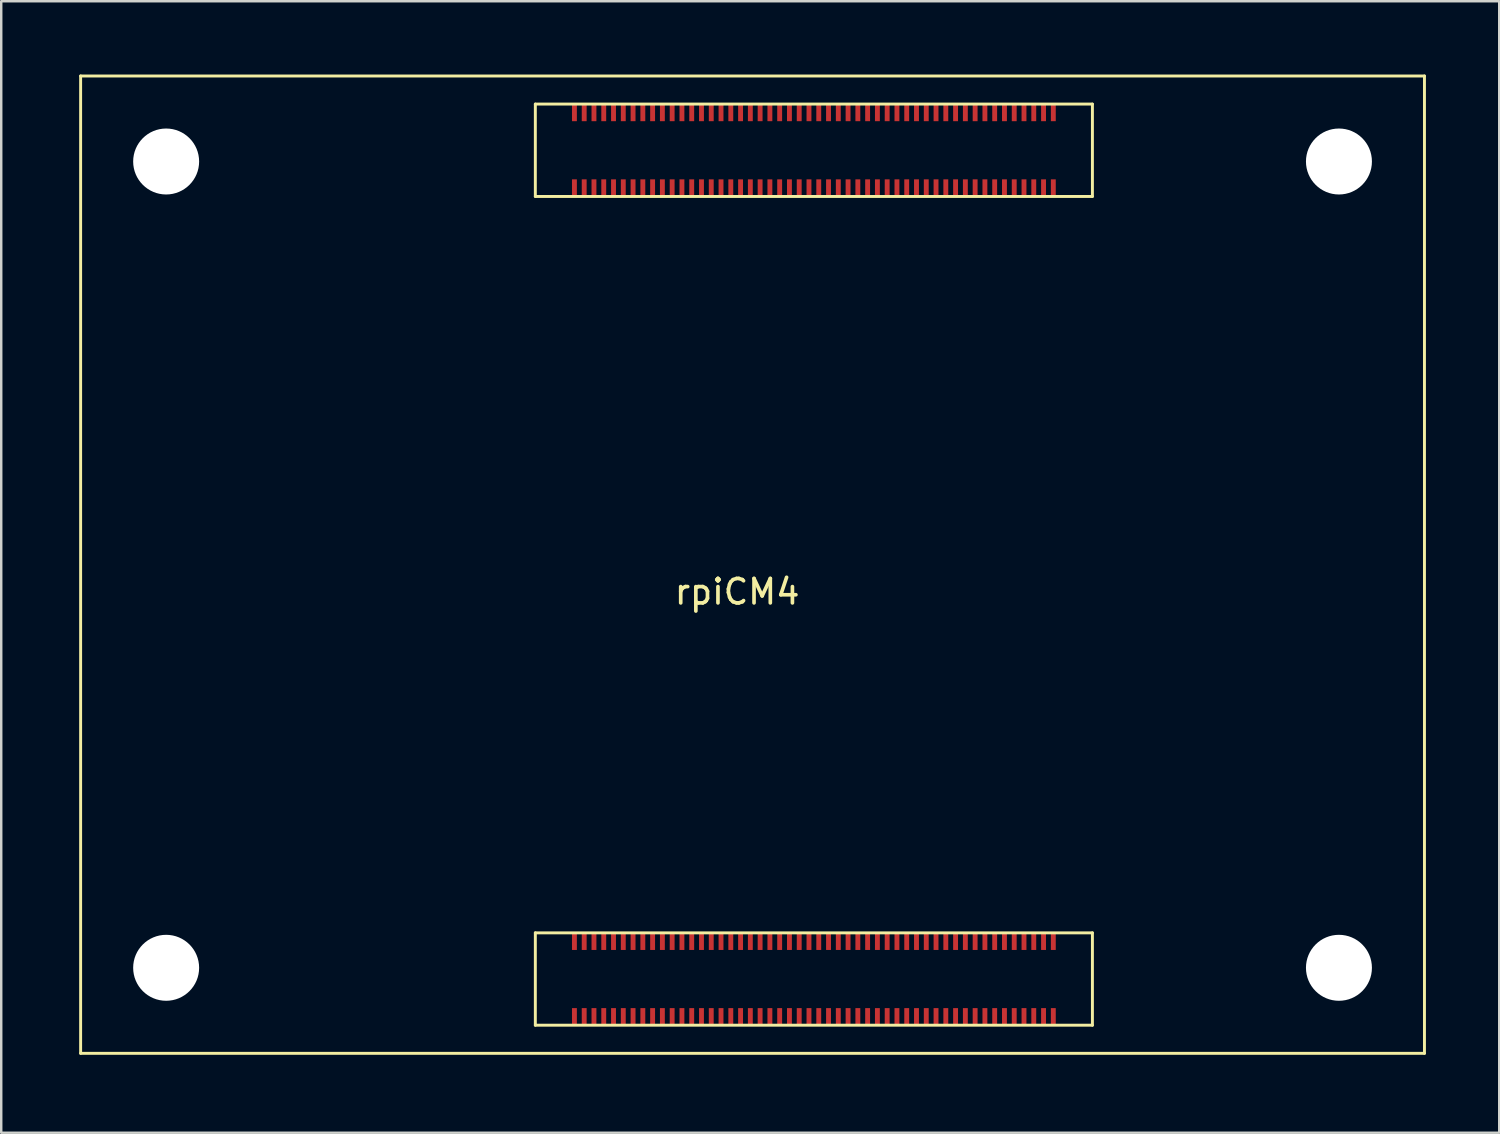
<source format=kicad_pcb>
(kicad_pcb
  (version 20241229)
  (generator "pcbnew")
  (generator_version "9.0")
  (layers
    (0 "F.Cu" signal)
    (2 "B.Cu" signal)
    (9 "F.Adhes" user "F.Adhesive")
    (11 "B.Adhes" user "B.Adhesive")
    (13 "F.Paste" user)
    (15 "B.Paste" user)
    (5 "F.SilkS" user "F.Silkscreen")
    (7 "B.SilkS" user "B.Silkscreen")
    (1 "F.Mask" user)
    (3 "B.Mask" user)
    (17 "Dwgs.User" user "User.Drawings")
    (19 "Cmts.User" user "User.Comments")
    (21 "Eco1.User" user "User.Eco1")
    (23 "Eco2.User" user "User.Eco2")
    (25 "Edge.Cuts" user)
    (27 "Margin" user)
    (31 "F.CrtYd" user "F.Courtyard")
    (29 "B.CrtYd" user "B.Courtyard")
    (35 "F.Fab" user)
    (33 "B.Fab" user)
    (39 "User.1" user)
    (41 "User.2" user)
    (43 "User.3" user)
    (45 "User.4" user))
  (footprint "rpiCM4"
    (layer "F.Cu")
    (at 0.25 40.06)
    (property "Reference" "rpiCM4" (at 26.87 -18.89 0) (layer "F.SilkS") (effects (font (size 1 1) (thickness 0.15))))
    (attr smd)
    (fp_line (start 0 -40) (end 0 0) (stroke (width 0.12) (type solid)) (layer "F.SilkS"))
    (fp_line (start 0 -40) (end 55 -40) (stroke (width 0.12) (type solid)) (layer "F.SilkS"))
    (fp_line (start 0 0) (end 55 0) (stroke (width 0.12) (type solid)) (layer "F.SilkS"))
    (fp_line (start 18.61 -38.85) (end 18.61 -35.07) (stroke (width 0.12) (type solid)) (layer "F.SilkS"))
    (fp_line (start 18.61 -38.85) (end 41.41 -38.85) (stroke (width 0.12) (type solid)) (layer "F.SilkS"))
    (fp_line (start 18.61 -35.07) (end 41.41 -35.07) (stroke (width 0.12) (type solid)) (layer "F.SilkS"))
    (fp_line (start 18.61 -4.93) (end 18.61 -1.15) (stroke (width 0.12) (type solid)) (layer "F.SilkS"))
    (fp_line (start 18.61 -4.93) (end 41.41 -4.93) (stroke (width 0.12) (type solid)) (layer "F.SilkS"))
    (fp_line (start 18.61 -1.15) (end 41.41 -1.15) (stroke (width 0.12) (type solid)) (layer "F.SilkS"))
    (fp_line (start 41.41 -38.85) (end 41.41 -35.07) (stroke (width 0.12) (type solid)) (layer "F.SilkS"))
    (fp_line (start 41.41 -4.93) (end 41.41 -1.15) (stroke (width 0.12) (type solid)) (layer "F.SilkS"))
    (fp_line (start 55 -40) (end 55 0) (stroke (width 0.12) (type solid)) (layer "F.SilkS"))
    (pad "" np_thru_hole circle (at 3.5 -36.5 90) (size 2.7 2.7) (drill 2.7) (layers "*.Cu" "*.Paste" "*.Mask"))
    (pad "" np_thru_hole circle (at 3.5 -3.5 90) (size 2.7 2.7) (drill 2.7) (layers "*.Cu" "*.Paste" "*.Mask"))
    (pad "" np_thru_hole circle (at 51.5 -36.5 90) (size 2.7 2.7) (drill 2.7) (layers "*.Cu" "*.Paste" "*.Mask"))
    (pad "" np_thru_hole circle (at 51.5 -3.5 90) (size 2.7 2.7) (drill 2.7) (layers "*.Cu" "*.Paste" "*.Mask"))
    (pad "1" smd rect (at 20.21 -1.5) (size 0.2 0.7) (layers "F.Cu" "F.Mask" "F.Paste"))
    (pad "2" smd rect (at 20.21 -4.58) (size 0.2 0.7) (layers "F.Cu" "F.Mask" "F.Paste"))
    (pad "3" smd rect (at 20.61 -1.5) (size 0.2 0.7) (layers "F.Cu" "F.Mask" "F.Paste"))
    (pad "4" smd rect (at 20.61 -4.58) (size 0.2 0.7) (layers "F.Cu" "F.Mask" "F.Paste"))
    (pad "5" smd rect (at 21.01 -1.5) (size 0.2 0.7) (layers "F.Cu" "F.Mask" "F.Paste"))
    (pad "6" smd rect (at 21.01 -4.58) (size 0.2 0.7) (layers "F.Cu" "F.Mask" "F.Paste"))
    (pad "7" smd rect (at 21.41 -1.5) (size 0.2 0.7) (layers "F.Cu" "F.Mask" "F.Paste"))
    (pad "8" smd rect (at 21.41 -4.58) (size 0.2 0.7) (layers "F.Cu" "F.Mask" "F.Paste"))
    (pad "9" smd rect (at 21.81 -1.5) (size 0.2 0.7) (layers "F.Cu" "F.Mask" "F.Paste"))
    (pad "10" smd rect (at 21.81 -4.58) (size 0.2 0.7) (layers "F.Cu" "F.Mask" "F.Paste"))
    (pad "11" smd rect (at 22.21 -1.5) (size 0.2 0.7) (layers "F.Cu" "F.Mask" "F.Paste"))
    (pad "12" smd rect (at 22.21 -4.58) (size 0.2 0.7) (layers "F.Cu" "F.Mask" "F.Paste"))
    (pad "13" smd rect (at 22.61 -1.5) (size 0.2 0.7) (layers "F.Cu" "F.Mask" "F.Paste"))
    (pad "14" smd rect (at 22.61 -4.58) (size 0.2 0.7) (layers "F.Cu" "F.Mask" "F.Paste"))
    (pad "15" smd rect (at 23.01 -1.5) (size 0.2 0.7) (layers "F.Cu" "F.Mask" "F.Paste"))
    (pad "16" smd rect (at 23.01 -4.58) (size 0.2 0.7) (layers "F.Cu" "F.Mask" "F.Paste"))
    (pad "17" smd rect (at 23.41 -1.5) (size 0.2 0.7) (layers "F.Cu" "F.Mask" "F.Paste"))
    (pad "18" smd rect (at 23.41 -4.58) (size 0.2 0.7) (layers "F.Cu" "F.Mask" "F.Paste"))
    (pad "19" smd rect (at 23.81 -1.5) (size 0.2 0.7) (layers "F.Cu" "F.Mask" "F.Paste"))
    (pad "20" smd rect (at 23.81 -4.58) (size 0.2 0.7) (layers "F.Cu" "F.Mask" "F.Paste"))
    (pad "21" smd rect (at 24.21 -1.5) (size 0.2 0.7) (layers "F.Cu" "F.Mask" "F.Paste"))
    (pad "22" smd rect (at 24.21 -4.58) (size 0.2 0.7) (layers "F.Cu" "F.Mask" "F.Paste"))
    (pad "23" smd rect (at 24.61 -1.5) (size 0.2 0.7) (layers "F.Cu" "F.Mask" "F.Paste"))
    (pad "24" smd rect (at 24.61 -4.58) (size 0.2 0.7) (layers "F.Cu" "F.Mask" "F.Paste"))
    (pad "25" smd rect (at 25.01 -1.5) (size 0.2 0.7) (layers "F.Cu" "F.Mask" "F.Paste"))
    (pad "26" smd rect (at 25.01 -4.58) (size 0.2 0.7) (layers "F.Cu" "F.Mask" "F.Paste"))
    (pad "27" smd rect (at 25.41 -1.5) (size 0.2 0.7) (layers "F.Cu" "F.Mask" "F.Paste"))
    (pad "28" smd rect (at 25.41 -4.58) (size 0.2 0.7) (layers "F.Cu" "F.Mask" "F.Paste"))
    (pad "29" smd rect (at 25.81 -1.5) (size 0.2 0.7) (layers "F.Cu" "F.Mask" "F.Paste"))
    (pad "30" smd rect (at 25.81 -4.58) (size 0.2 0.7) (layers "F.Cu" "F.Mask" "F.Paste"))
    (pad "31" smd rect (at 26.21 -1.5) (size 0.2 0.7) (layers "F.Cu" "F.Mask" "F.Paste"))
    (pad "32" smd rect (at 26.21 -4.58) (size 0.2 0.7) (layers "F.Cu" "F.Mask" "F.Paste"))
    (pad "33" smd rect (at 26.61 -1.5) (size 0.2 0.7) (layers "F.Cu" "F.Mask" "F.Paste"))
    (pad "34" smd rect (at 26.61 -4.58) (size 0.2 0.7) (layers "F.Cu" "F.Mask" "F.Paste"))
    (pad "35" smd rect (at 27.01 -1.5) (size 0.2 0.7) (layers "F.Cu" "F.Mask" "F.Paste"))
    (pad "36" smd rect (at 27.01 -4.58) (size 0.2 0.7) (layers "F.Cu" "F.Mask" "F.Paste"))
    (pad "37" smd rect (at 27.41 -1.5) (size 0.2 0.7) (layers "F.Cu" "F.Mask" "F.Paste"))
    (pad "38" smd rect (at 27.41 -4.58) (size 0.2 0.7) (layers "F.Cu" "F.Mask" "F.Paste"))
    (pad "39" smd rect (at 27.81 -1.5) (size 0.2 0.7) (layers "F.Cu" "F.Mask" "F.Paste"))
    (pad "40" smd rect (at 27.81 -4.58) (size 0.2 0.7) (layers "F.Cu" "F.Mask" "F.Paste"))
    (pad "41" smd rect (at 28.21 -1.5) (size 0.2 0.7) (layers "F.Cu" "F.Mask" "F.Paste"))
    (pad "42" smd rect (at 28.21 -4.58) (size 0.2 0.7) (layers "F.Cu" "F.Mask" "F.Paste"))
    (pad "43" smd rect (at 28.61 -1.5) (size 0.2 0.7) (layers "F.Cu" "F.Mask" "F.Paste"))
    (pad "44" smd rect (at 28.61 -4.58) (size 0.2 0.7) (layers "F.Cu" "F.Mask" "F.Paste"))
    (pad "45" smd rect (at 29.01 -1.5) (size 0.2 0.7) (layers "F.Cu" "F.Mask" "F.Paste"))
    (pad "46" smd rect (at 29.01 -4.58) (size 0.2 0.7) (layers "F.Cu" "F.Mask" "F.Paste"))
    (pad "47" smd rect (at 29.41 -1.5) (size 0.2 0.7) (layers "F.Cu" "F.Mask" "F.Paste"))
    (pad "48" smd rect (at 29.41 -4.58) (size 0.2 0.7) (layers "F.Cu" "F.Mask" "F.Paste"))
    (pad "49" smd rect (at 29.81 -1.5) (size 0.2 0.7) (layers "F.Cu" "F.Mask" "F.Paste"))
    (pad "50" smd rect (at 29.81 -4.58) (size 0.2 0.7) (layers "F.Cu" "F.Mask" "F.Paste"))
    (pad "51" smd rect (at 30.21 -1.5) (size 0.2 0.7) (layers "F.Cu" "F.Mask" "F.Paste"))
    (pad "52" smd rect (at 30.21 -4.58) (size 0.2 0.7) (layers "F.Cu" "F.Mask" "F.Paste"))
    (pad "53" smd rect (at 30.61 -1.5) (size 0.2 0.7) (layers "F.Cu" "F.Mask" "F.Paste"))
    (pad "54" smd rect (at 30.61 -4.58) (size 0.2 0.7) (layers "F.Cu" "F.Mask" "F.Paste"))
    (pad "55" smd rect (at 31.01 -1.5) (size 0.2 0.7) (layers "F.Cu" "F.Mask" "F.Paste"))
    (pad "56" smd rect (at 31.01 -4.58) (size 0.2 0.7) (layers "F.Cu" "F.Mask" "F.Paste"))
    (pad "57" smd rect (at 31.41 -1.5) (size 0.2 0.7) (layers "F.Cu" "F.Mask" "F.Paste"))
    (pad "58" smd rect (at 31.41 -4.58) (size 0.2 0.7) (layers "F.Cu" "F.Mask" "F.Paste"))
    (pad "59" smd rect (at 31.81 -1.5) (size 0.2 0.7) (layers "F.Cu" "F.Mask" "F.Paste"))
    (pad "60" smd rect (at 31.81 -4.58) (size 0.2 0.7) (layers "F.Cu" "F.Mask" "F.Paste"))
    (pad "61" smd rect (at 32.21 -1.5) (size 0.2 0.7) (layers "F.Cu" "F.Mask" "F.Paste"))
    (pad "62" smd rect (at 32.21 -4.58) (size 0.2 0.7) (layers "F.Cu" "F.Mask" "F.Paste"))
    (pad "63" smd rect (at 32.61 -1.5) (size 0.2 0.7) (layers "F.Cu" "F.Mask" "F.Paste"))
    (pad "64" smd rect (at 32.61 -4.58) (size 0.2 0.7) (layers "F.Cu" "F.Mask" "F.Paste"))
    (pad "65" smd rect (at 33.01 -1.5) (size 0.2 0.7) (layers "F.Cu" "F.Mask" "F.Paste"))
    (pad "66" smd rect (at 33.01 -4.58) (size 0.2 0.7) (layers "F.Cu" "F.Mask" "F.Paste"))
    (pad "67" smd rect (at 33.41 -1.5) (size 0.2 0.7) (layers "F.Cu" "F.Mask" "F.Paste"))
    (pad "68" smd rect (at 33.41 -4.58) (size 0.2 0.7) (layers "F.Cu" "F.Mask" "F.Paste"))
    (pad "69" smd rect (at 33.81 -1.5) (size 0.2 0.7) (layers "F.Cu" "F.Mask" "F.Paste"))
    (pad "70" smd rect (at 33.81 -4.58) (size 0.2 0.7) (layers "F.Cu" "F.Mask" "F.Paste"))
    (pad "71" smd rect (at 34.21 -1.5) (size 0.2 0.7) (layers "F.Cu" "F.Mask" "F.Paste"))
    (pad "72" smd rect (at 34.21 -4.58) (size 0.2 0.7) (layers "F.Cu" "F.Mask" "F.Paste"))
    (pad "73" smd rect (at 34.61 -1.5) (size 0.2 0.7) (layers "F.Cu" "F.Mask" "F.Paste"))
    (pad "74" smd rect (at 34.61 -4.58) (size 0.2 0.7) (layers "F.Cu" "F.Mask" "F.Paste"))
    (pad "75" smd rect (at 35.01 -1.5) (size 0.2 0.7) (layers "F.Cu" "F.Mask" "F.Paste"))
    (pad "76" smd rect (at 35.01 -4.58) (size 0.2 0.7) (layers "F.Cu" "F.Mask" "F.Paste"))
    (pad "77" smd rect (at 35.41 -1.5) (size 0.2 0.7) (layers "F.Cu" "F.Mask" "F.Paste"))
    (pad "78" smd rect (at 35.41 -4.58) (size 0.2 0.7) (layers "F.Cu" "F.Mask" "F.Paste"))
    (pad "79" smd rect (at 35.81 -1.5) (size 0.2 0.7) (layers "F.Cu" "F.Mask" "F.Paste"))
    (pad "80" smd rect (at 35.81 -4.58) (size 0.2 0.7) (layers "F.Cu" "F.Mask" "F.Paste"))
    (pad "81" smd rect (at 36.21 -1.5) (size 0.2 0.7) (layers "F.Cu" "F.Mask" "F.Paste"))
    (pad "82" smd rect (at 36.21 -4.58) (size 0.2 0.7) (layers "F.Cu" "F.Mask" "F.Paste"))
    (pad "83" smd rect (at 36.61 -1.5) (size 0.2 0.7) (layers "F.Cu" "F.Mask" "F.Paste"))
    (pad "84" smd rect (at 36.61 -4.58) (size 0.2 0.7) (layers "F.Cu" "F.Mask" "F.Paste"))
    (pad "85" smd rect (at 37.01 -1.5) (size 0.2 0.7) (layers "F.Cu" "F.Mask" "F.Paste"))
    (pad "86" smd rect (at 37.01 -4.58) (size 0.2 0.7) (layers "F.Cu" "F.Mask" "F.Paste"))
    (pad "87" smd rect (at 37.41 -1.5) (size 0.2 0.7) (layers "F.Cu" "F.Mask" "F.Paste"))
    (pad "88" smd rect (at 37.41 -4.58) (size 0.2 0.7) (layers "F.Cu" "F.Mask" "F.Paste"))
    (pad "89" smd rect (at 37.81 -1.5) (size 0.2 0.7) (layers "F.Cu" "F.Mask" "F.Paste"))
    (pad "90" smd rect (at 37.81 -4.58) (size 0.2 0.7) (layers "F.Cu" "F.Mask" "F.Paste"))
    (pad "91" smd rect (at 38.21 -1.5) (size 0.2 0.7) (layers "F.Cu" "F.Mask" "F.Paste"))
    (pad "92" smd rect (at 38.21 -4.58) (size 0.2 0.7) (layers "F.Cu" "F.Mask" "F.Paste"))
    (pad "93" smd rect (at 38.61 -1.5) (size 0.2 0.7) (layers "F.Cu" "F.Mask" "F.Paste"))
    (pad "94" smd rect (at 38.61 -4.58) (size 0.2 0.7) (layers "F.Cu" "F.Mask" "F.Paste"))
    (pad "95" smd rect (at 39.01 -1.5) (size 0.2 0.7) (layers "F.Cu" "F.Mask" "F.Paste"))
    (pad "96" smd rect (at 39.01 -4.58) (size 0.2 0.7) (layers "F.Cu" "F.Mask" "F.Paste"))
    (pad "97" smd rect (at 39.41 -1.5) (size 0.2 0.7) (layers "F.Cu" "F.Mask" "F.Paste"))
    (pad "98" smd rect (at 39.41 -4.58) (size 0.2 0.7) (layers "F.Cu" "F.Mask" "F.Paste"))
    (pad "99" smd rect (at 39.81 -1.5) (size 0.2 0.7) (layers "F.Cu" "F.Mask" "F.Paste"))
    (pad "100" smd rect (at 39.81 -4.58) (size 0.2 0.7) (layers "F.Cu" "F.Mask" "F.Paste"))
    (pad "101" smd rect (at 20.21 -35.42) (size 0.2 0.7) (layers "F.Cu" "F.Mask" "F.Paste"))
    (pad "102" smd rect (at 20.21 -38.5) (size 0.2 0.7) (layers "F.Cu" "F.Mask" "F.Paste"))
    (pad "103" smd rect (at 20.61 -35.42) (size 0.2 0.7) (layers "F.Cu" "F.Mask" "F.Paste"))
    (pad "104" smd rect (at 20.61 -38.5) (size 0.2 0.7) (layers "F.Cu" "F.Mask" "F.Paste"))
    (pad "105" smd rect (at 21.01 -35.42) (size 0.2 0.7) (layers "F.Cu" "F.Mask" "F.Paste"))
    (pad "106" smd rect (at 21.01 -38.5) (size 0.2 0.7) (layers "F.Cu" "F.Mask" "F.Paste"))
    (pad "107" smd rect (at 21.41 -35.42) (size 0.2 0.7) (layers "F.Cu" "F.Mask" "F.Paste"))
    (pad "108" smd rect (at 21.41 -38.5) (size 0.2 0.7) (layers "F.Cu" "F.Mask" "F.Paste"))
    (pad "109" smd rect (at 21.81 -35.42) (size 0.2 0.7) (layers "F.Cu" "F.Mask" "F.Paste"))
    (pad "110" smd rect (at 21.81 -38.5) (size 0.2 0.7) (layers "F.Cu" "F.Mask" "F.Paste"))
    (pad "111" smd rect (at 22.21 -35.42) (size 0.2 0.7) (layers "F.Cu" "F.Mask" "F.Paste"))
    (pad "112" smd rect (at 22.21 -38.5) (size 0.2 0.7) (layers "F.Cu" "F.Mask" "F.Paste"))
    (pad "113" smd rect (at 22.61 -35.42) (size 0.2 0.7) (layers "F.Cu" "F.Mask" "F.Paste"))
    (pad "114" smd rect (at 22.61 -38.5) (size 0.2 0.7) (layers "F.Cu" "F.Mask" "F.Paste"))
    (pad "115" smd rect (at 23.01 -35.42) (size 0.2 0.7) (layers "F.Cu" "F.Mask" "F.Paste"))
    (pad "116" smd rect (at 23.01 -38.5) (size 0.2 0.7) (layers "F.Cu" "F.Mask" "F.Paste"))
    (pad "117" smd rect (at 23.41 -35.42) (size 0.2 0.7) (layers "F.Cu" "F.Mask" "F.Paste"))
    (pad "118" smd rect (at 23.41 -38.5) (size 0.2 0.7) (layers "F.Cu" "F.Mask" "F.Paste"))
    (pad "119" smd rect (at 23.81 -35.42) (size 0.2 0.7) (layers "F.Cu" "F.Mask" "F.Paste"))
    (pad "120" smd rect (at 23.81 -38.5) (size 0.2 0.7) (layers "F.Cu" "F.Mask" "F.Paste"))
    (pad "121" smd rect (at 24.21 -35.42) (size 0.2 0.7) (layers "F.Cu" "F.Mask" "F.Paste"))
    (pad "122" smd rect (at 24.21 -38.5) (size 0.2 0.7) (layers "F.Cu" "F.Mask" "F.Paste"))
    (pad "123" smd rect (at 24.61 -35.42) (size 0.2 0.7) (layers "F.Cu" "F.Mask" "F.Paste"))
    (pad "124" smd rect (at 24.61 -38.5) (size 0.2 0.7) (layers "F.Cu" "F.Mask" "F.Paste"))
    (pad "125" smd rect (at 25.01 -35.42) (size 0.2 0.7) (layers "F.Cu" "F.Mask" "F.Paste"))
    (pad "126" smd rect (at 25.01 -38.5) (size 0.2 0.7) (layers "F.Cu" "F.Mask" "F.Paste"))
    (pad "127" smd rect (at 25.41 -35.42) (size 0.2 0.7) (layers "F.Cu" "F.Mask" "F.Paste"))
    (pad "128" smd rect (at 25.41 -38.5) (size 0.2 0.7) (layers "F.Cu" "F.Mask" "F.Paste"))
    (pad "129" smd rect (at 25.81 -35.42) (size 0.2 0.7) (layers "F.Cu" "F.Mask" "F.Paste"))
    (pad "130" smd rect (at 25.81 -38.5) (size 0.2 0.7) (layers "F.Cu" "F.Mask" "F.Paste"))
    (pad "131" smd rect (at 26.21 -35.42) (size 0.2 0.7) (layers "F.Cu" "F.Mask" "F.Paste"))
    (pad "132" smd rect (at 26.21 -38.5) (size 0.2 0.7) (layers "F.Cu" "F.Mask" "F.Paste"))
    (pad "133" smd rect (at 26.61 -35.42) (size 0.2 0.7) (layers "F.Cu" "F.Mask" "F.Paste"))
    (pad "134" smd rect (at 26.61 -38.5) (size 0.2 0.7) (layers "F.Cu" "F.Mask" "F.Paste"))
    (pad "135" smd rect (at 27.01 -35.42) (size 0.2 0.7) (layers "F.Cu" "F.Mask" "F.Paste"))
    (pad "136" smd rect (at 27.01 -38.5) (size 0.2 0.7) (layers "F.Cu" "F.Mask" "F.Paste"))
    (pad "137" smd rect (at 27.41 -35.42) (size 0.2 0.7) (layers "F.Cu" "F.Mask" "F.Paste"))
    (pad "138" smd rect (at 27.41 -38.5) (size 0.2 0.7) (layers "F.Cu" "F.Mask" "F.Paste"))
    (pad "139" smd rect (at 27.81 -35.42) (size 0.2 0.7) (layers "F.Cu" "F.Mask" "F.Paste"))
    (pad "140" smd rect (at 27.81 -38.5) (size 0.2 0.7) (layers "F.Cu" "F.Mask" "F.Paste"))
    (pad "141" smd rect (at 28.21 -35.42) (size 0.2 0.7) (layers "F.Cu" "F.Mask" "F.Paste"))
    (pad "142" smd rect (at 28.21 -38.5) (size 0.2 0.7) (layers "F.Cu" "F.Mask" "F.Paste"))
    (pad "143" smd rect (at 28.61 -35.42) (size 0.2 0.7) (layers "F.Cu" "F.Mask" "F.Paste"))
    (pad "144" smd rect (at 28.61 -38.5) (size 0.2 0.7) (layers "F.Cu" "F.Mask" "F.Paste"))
    (pad "145" smd rect (at 29.01 -35.42) (size 0.2 0.7) (layers "F.Cu" "F.Mask" "F.Paste"))
    (pad "146" smd rect (at 29.01 -38.5) (size 0.2 0.7) (layers "F.Cu" "F.Mask" "F.Paste"))
    (pad "147" smd rect (at 29.41 -35.42) (size 0.2 0.7) (layers "F.Cu" "F.Mask" "F.Paste"))
    (pad "148" smd rect (at 29.41 -38.5) (size 0.2 0.7) (layers "F.Cu" "F.Mask" "F.Paste"))
    (pad "149" smd rect (at 29.81 -35.42) (size 0.2 0.7) (layers "F.Cu" "F.Mask" "F.Paste"))
    (pad "150" smd rect (at 29.81 -38.5) (size 0.2 0.7) (layers "F.Cu" "F.Mask" "F.Paste"))
    (pad "151" smd rect (at 30.21 -35.42) (size 0.2 0.7) (layers "F.Cu" "F.Mask" "F.Paste"))
    (pad "152" smd rect (at 30.21 -38.5) (size 0.2 0.7) (layers "F.Cu" "F.Mask" "F.Paste"))
    (pad "153" smd rect (at 30.61 -35.42) (size 0.2 0.7) (layers "F.Cu" "F.Mask" "F.Paste"))
    (pad "154" smd rect (at 30.61 -38.5) (size 0.2 0.7) (layers "F.Cu" "F.Mask" "F.Paste"))
    (pad "155" smd rect (at 31.01 -35.42) (size 0.2 0.7) (layers "F.Cu" "F.Mask" "F.Paste"))
    (pad "156" smd rect (at 31.01 -38.5) (size 0.2 0.7) (layers "F.Cu" "F.Mask" "F.Paste"))
    (pad "157" smd rect (at 31.41 -35.42) (size 0.2 0.7) (layers "F.Cu" "F.Mask" "F.Paste"))
    (pad "158" smd rect (at 31.41 -38.5) (size 0.2 0.7) (layers "F.Cu" "F.Mask" "F.Paste"))
    (pad "159" smd rect (at 31.81 -35.42) (size 0.2 0.7) (layers "F.Cu" "F.Mask" "F.Paste"))
    (pad "160" smd rect (at 31.81 -38.5) (size 0.2 0.7) (layers "F.Cu" "F.Mask" "F.Paste"))
    (pad "161" smd rect (at 32.21 -35.42) (size 0.2 0.7) (layers "F.Cu" "F.Mask" "F.Paste"))
    (pad "162" smd rect (at 32.21 -38.5) (size 0.2 0.7) (layers "F.Cu" "F.Mask" "F.Paste"))
    (pad "163" smd rect (at 32.61 -35.42) (size 0.2 0.7) (layers "F.Cu" "F.Mask" "F.Paste"))
    (pad "164" smd rect (at 32.61 -38.5) (size 0.2 0.7) (layers "F.Cu" "F.Mask" "F.Paste"))
    (pad "165" smd rect (at 33.01 -35.42) (size 0.2 0.7) (layers "F.Cu" "F.Mask" "F.Paste"))
    (pad "166" smd rect (at 33.01 -38.5) (size 0.2 0.7) (layers "F.Cu" "F.Mask" "F.Paste"))
    (pad "167" smd rect (at 33.41 -35.42) (size 0.2 0.7) (layers "F.Cu" "F.Mask" "F.Paste"))
    (pad "168" smd rect (at 33.41 -38.5) (size 0.2 0.7) (layers "F.Cu" "F.Mask" "F.Paste"))
    (pad "169" smd rect (at 33.81 -35.42) (size 0.2 0.7) (layers "F.Cu" "F.Mask" "F.Paste"))
    (pad "170" smd rect (at 33.81 -38.5) (size 0.2 0.7) (layers "F.Cu" "F.Mask" "F.Paste"))
    (pad "171" smd rect (at 34.21 -35.42) (size 0.2 0.7) (layers "F.Cu" "F.Mask" "F.Paste"))
    (pad "172" smd rect (at 34.21 -38.5) (size 0.2 0.7) (layers "F.Cu" "F.Mask" "F.Paste"))
    (pad "173" smd rect (at 34.61 -35.42) (size 0.2 0.7) (layers "F.Cu" "F.Mask" "F.Paste"))
    (pad "174" smd rect (at 34.61 -38.5) (size 0.2 0.7) (layers "F.Cu" "F.Mask" "F.Paste"))
    (pad "175" smd rect (at 35.01 -35.42) (size 0.2 0.7) (layers "F.Cu" "F.Mask" "F.Paste"))
    (pad "176" smd rect (at 35.01 -38.5) (size 0.2 0.7) (layers "F.Cu" "F.Mask" "F.Paste"))
    (pad "177" smd rect (at 35.41 -35.42) (size 0.2 0.7) (layers "F.Cu" "F.Mask" "F.Paste"))
    (pad "178" smd rect (at 35.41 -38.5) (size 0.2 0.7) (layers "F.Cu" "F.Mask" "F.Paste"))
    (pad "179" smd rect (at 35.81 -35.42) (size 0.2 0.7) (layers "F.Cu" "F.Mask" "F.Paste"))
    (pad "180" smd rect (at 35.81 -38.5) (size 0.2 0.7) (layers "F.Cu" "F.Mask" "F.Paste"))
    (pad "181" smd rect (at 36.21 -35.42) (size 0.2 0.7) (layers "F.Cu" "F.Mask" "F.Paste"))
    (pad "182" smd rect (at 36.21 -38.5) (size 0.2 0.7) (layers "F.Cu" "F.Mask" "F.Paste"))
    (pad "183" smd rect (at 36.61 -35.42) (size 0.2 0.7) (layers "F.Cu" "F.Mask" "F.Paste"))
    (pad "184" smd rect (at 36.61 -38.5) (size 0.2 0.7) (layers "F.Cu" "F.Mask" "F.Paste"))
    (pad "185" smd rect (at 37.01 -35.42) (size 0.2 0.7) (layers "F.Cu" "F.Mask" "F.Paste"))
    (pad "186" smd rect (at 37.01 -38.5) (size 0.2 0.7) (layers "F.Cu" "F.Mask" "F.Paste"))
    (pad "187" smd rect (at 37.41 -35.42) (size 0.2 0.7) (layers "F.Cu" "F.Mask" "F.Paste"))
    (pad "188" smd rect (at 37.41 -38.5) (size 0.2 0.7) (layers "F.Cu" "F.Mask" "F.Paste"))
    (pad "189" smd rect (at 37.81 -35.42) (size 0.2 0.7) (layers "F.Cu" "F.Mask" "F.Paste"))
    (pad "190" smd rect (at 37.81 -38.5) (size 0.2 0.7) (layers "F.Cu" "F.Mask" "F.Paste"))
    (pad "191" smd rect (at 38.21 -35.42) (size 0.2 0.7) (layers "F.Cu" "F.Mask" "F.Paste"))
    (pad "192" smd rect (at 38.21 -38.5) (size 0.2 0.7) (layers "F.Cu" "F.Mask" "F.Paste"))
    (pad "193" smd rect (at 38.61 -35.42) (size 0.2 0.7) (layers "F.Cu" "F.Mask" "F.Paste"))
    (pad "194" smd rect (at 38.61 -38.5) (size 0.2 0.7) (layers "F.Cu" "F.Mask" "F.Paste"))
    (pad "195" smd rect (at 39.01 -35.42) (size 0.2 0.7) (layers "F.Cu" "F.Mask" "F.Paste"))
    (pad "196" smd rect (at 39.01 -38.5) (size 0.2 0.7) (layers "F.Cu" "F.Mask" "F.Paste"))
    (pad "197" smd rect (at 39.41 -35.42) (size 0.2 0.7) (layers "F.Cu" "F.Mask" "F.Paste"))
    (pad "198" smd rect (at 39.41 -38.5) (size 0.2 0.7) (layers "F.Cu" "F.Mask" "F.Paste"))
    (pad "199" smd rect (at 39.81 -35.42) (size 0.2 0.7) (layers "F.Cu" "F.Mask" "F.Paste"))
    (pad "200" smd rect (at 39.81 -38.5) (size 0.2 0.7) (layers "F.Cu" "F.Mask" "F.Paste")))
  (gr_rect
    (start -3 -3)
    (end 58.31 43.31)
    (stroke (width 0.1) (type default))
    (fill no)
    (layer "Edge.Cuts")))
</source>
